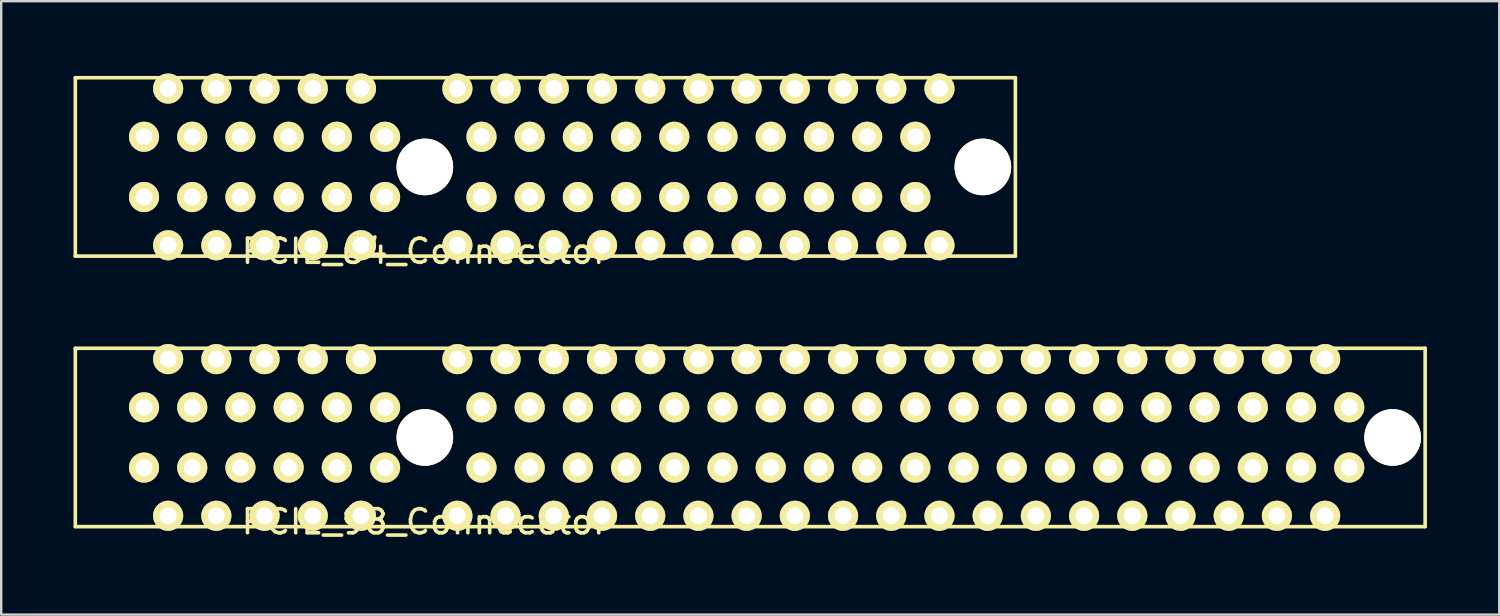
<source format=kicad_pcb>
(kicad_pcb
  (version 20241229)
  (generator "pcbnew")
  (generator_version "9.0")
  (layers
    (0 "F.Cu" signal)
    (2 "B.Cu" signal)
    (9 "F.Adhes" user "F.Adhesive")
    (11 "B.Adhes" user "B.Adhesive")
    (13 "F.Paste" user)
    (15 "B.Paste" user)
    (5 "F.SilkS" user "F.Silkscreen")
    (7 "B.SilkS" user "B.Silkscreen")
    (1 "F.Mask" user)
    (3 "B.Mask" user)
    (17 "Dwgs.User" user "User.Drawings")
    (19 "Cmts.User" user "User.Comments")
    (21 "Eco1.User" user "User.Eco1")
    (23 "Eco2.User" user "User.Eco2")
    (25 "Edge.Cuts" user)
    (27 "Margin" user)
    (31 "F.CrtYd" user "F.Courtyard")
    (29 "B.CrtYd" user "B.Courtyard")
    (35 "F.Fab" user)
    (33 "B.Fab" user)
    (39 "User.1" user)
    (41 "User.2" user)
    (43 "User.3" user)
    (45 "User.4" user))
  (footprint "PCIE_98_Connecctor"
    (layer "F.Cu")
    (at 14.575 15.098)
    (property "Reference" "PCIE_98_Connecctor" (at 0 3.5 0) (layer "F.SilkS") (effects (font (size 1 1) (thickness 0.15))))
    (attr through_hole)
    (fp_line (start -14.5 -3.7) (end 41.5 -3.7) (stroke (width 0.15) (type solid)) (layer "F.SilkS"))
    (fp_line (start -14.5 3.7) (end -14.5 -3.7) (stroke (width 0.15) (type solid)) (layer "F.SilkS"))
    (fp_line (start 41.5 -3.7) (end 41.5 3.7) (stroke (width 0.15) (type solid)) (layer "F.SilkS"))
    (fp_line (start 41.5 3.7) (end -14.5 3.7) (stroke (width 0.15) (type solid)) (layer "F.SilkS"))
    (pad "" np_thru_hole circle (at 0 0) (size 2.35 2.35) (drill 2.35) (layers "*.Cu" "*.Mask" "F.SilkS"))
    (pad "" np_thru_hole circle (at 40.15 0) (size 2.35 2.35) (drill 2.35) (layers "*.Cu" "*.Mask" "F.SilkS"))
    (pad "A01" thru_hole circle (at -11.65 -1.25) (size 1.25 1.25) (drill 0.7) (layers "*.Cu" "*.Mask" "F.SilkS"))
    (pad "A02" thru_hole circle (at -10.65 -3.25) (size 1.25 1.25) (drill 0.7) (layers "*.Cu" "*.Mask" "F.SilkS"))
    (pad "A03" thru_hole circle (at -9.65 -1.25) (size 1.25 1.25) (drill 0.7) (layers "*.Cu" "*.Mask" "F.SilkS"))
    (pad "A04" thru_hole circle (at -8.65 -3.25) (size 1.25 1.25) (drill 0.7) (layers "*.Cu" "*.Mask" "F.SilkS"))
    (pad "A05" thru_hole circle (at -7.65 -1.25) (size 1.25 1.25) (drill 0.7) (layers "*.Cu" "*.Mask" "F.SilkS"))
    (pad "A06" thru_hole circle (at -6.65 -3.25) (size 1.25 1.25) (drill 0.7) (layers "*.Cu" "*.Mask" "F.SilkS"))
    (pad "A07" thru_hole circle (at -5.65 -1.25) (size 1.25 1.25) (drill 0.7) (layers "*.Cu" "*.Mask" "F.SilkS"))
    (pad "A08" thru_hole circle (at -4.65 -3.25) (size 1.25 1.25) (drill 0.7) (layers "*.Cu" "*.Mask" "F.SilkS"))
    (pad "A09" thru_hole circle (at -3.65 -1.25) (size 1.25 1.25) (drill 0.7) (layers "*.Cu" "*.Mask" "F.SilkS"))
    (pad "A10" thru_hole circle (at -2.65 -3.25) (size 1.25 1.25) (drill 0.7) (layers "*.Cu" "*.Mask" "F.SilkS"))
    (pad "A11" thru_hole circle (at -1.65 -1.25) (size 1.25 1.25) (drill 0.7) (layers "*.Cu" "*.Mask" "F.SilkS"))
    (pad "A12" thru_hole circle (at 1.35 -3.25) (size 1.25 1.25) (drill 0.7) (layers "*.Cu" "*.Mask" "F.SilkS"))
    (pad "A13" thru_hole circle (at 2.35 -1.25) (size 1.25 1.25) (drill 0.7) (layers "*.Cu" "*.Mask" "F.SilkS"))
    (pad "A14" thru_hole circle (at 3.35 -3.25) (size 1.25 1.25) (drill 0.7) (layers "*.Cu" "*.Mask" "F.SilkS"))
    (pad "A15" thru_hole circle (at 4.35 -1.25) (size 1.25 1.25) (drill 0.7) (layers "*.Cu" "*.Mask" "F.SilkS"))
    (pad "A16" thru_hole circle (at 5.35 -3.25) (size 1.25 1.25) (drill 0.7) (layers "*.Cu" "*.Mask" "F.SilkS"))
    (pad "A17" thru_hole circle (at 6.35 -1.25) (size 1.25 1.25) (drill 0.7) (layers "*.Cu" "*.Mask" "F.SilkS"))
    (pad "A18" thru_hole circle (at 7.35 -3.25) (size 1.25 1.25) (drill 0.7) (layers "*.Cu" "*.Mask" "F.SilkS"))
    (pad "A19" thru_hole circle (at 8.35 -1.25) (size 1.25 1.25) (drill 0.7) (layers "*.Cu" "*.Mask" "F.SilkS"))
    (pad "A20" thru_hole circle (at 9.35 -3.25) (size 1.25 1.25) (drill 0.7) (layers "*.Cu" "*.Mask" "F.SilkS"))
    (pad "A21" thru_hole circle (at 10.35 -1.25) (size 1.25 1.25) (drill 0.7) (layers "*.Cu" "*.Mask" "F.SilkS"))
    (pad "A22" thru_hole circle (at 11.35 -3.25) (size 1.25 1.25) (drill 0.7) (layers "*.Cu" "*.Mask" "F.SilkS"))
    (pad "A23" thru_hole circle (at 12.35 -1.25) (size 1.25 1.25) (drill 0.7) (layers "*.Cu" "*.Mask" "F.SilkS"))
    (pad "A24" thru_hole circle (at 13.35 -3.25) (size 1.25 1.25) (drill 0.7) (layers "*.Cu" "*.Mask" "F.SilkS"))
    (pad "A25" thru_hole circle (at 14.35 -1.25) (size 1.25 1.25) (drill 0.7) (layers "*.Cu" "*.Mask" "F.SilkS"))
    (pad "A26" thru_hole circle (at 15.35 -3.25) (size 1.25 1.25) (drill 0.7) (layers "*.Cu" "*.Mask" "F.SilkS"))
    (pad "A27" thru_hole circle (at 16.35 -1.25) (size 1.25 1.25) (drill 0.7) (layers "*.Cu" "*.Mask" "F.SilkS"))
    (pad "A28" thru_hole circle (at 17.35 -3.25) (size 1.25 1.25) (drill 0.7) (layers "*.Cu" "*.Mask" "F.SilkS"))
    (pad "A29" thru_hole circle (at 18.35 -1.25) (size 1.25 1.25) (drill 0.7) (layers "*.Cu" "*.Mask" "F.SilkS"))
    (pad "A30" thru_hole circle (at 19.35 -3.25) (size 1.25 1.25) (drill 0.7) (layers "*.Cu" "*.Mask" "F.SilkS"))
    (pad "A31" thru_hole circle (at 20.35 -1.25) (size 1.25 1.25) (drill 0.7) (layers "*.Cu" "*.Mask" "F.SilkS"))
    (pad "A32" thru_hole circle (at 21.35 -3.25) (size 1.25 1.25) (drill 0.7) (layers "*.Cu" "*.Mask" "F.SilkS"))
    (pad "A33" thru_hole circle (at 22.35 -1.25) (size 1.25 1.25) (drill 0.7) (layers "*.Cu" "*.Mask" "F.SilkS"))
    (pad "A34" thru_hole circle (at 23.35 -3.25) (size 1.25 1.25) (drill 0.7) (layers "*.Cu" "*.Mask" "F.SilkS"))
    (pad "A35" thru_hole circle (at 24.35 -1.25) (size 1.25 1.25) (drill 0.7) (layers "*.Cu" "*.Mask" "F.SilkS"))
    (pad "A36" thru_hole circle (at 25.35 -3.25) (size 1.25 1.25) (drill 0.7) (layers "*.Cu" "*.Mask" "F.SilkS"))
    (pad "A37" thru_hole circle (at 26.35 -1.25) (size 1.25 1.25) (drill 0.7) (layers "*.Cu" "*.Mask" "F.SilkS"))
    (pad "A38" thru_hole circle (at 27.35 -3.25) (size 1.25 1.25) (drill 0.7) (layers "*.Cu" "*.Mask" "F.SilkS"))
    (pad "A39" thru_hole circle (at 28.35 -1.25) (size 1.25 1.25) (drill 0.7) (layers "*.Cu" "*.Mask" "F.SilkS"))
    (pad "A40" thru_hole circle (at 29.35 -3.25) (size 1.25 1.25) (drill 0.7) (layers "*.Cu" "*.Mask" "F.SilkS"))
    (pad "A41" thru_hole circle (at 30.35 -1.25) (size 1.25 1.25) (drill 0.7) (layers "*.Cu" "*.Mask" "F.SilkS"))
    (pad "A42" thru_hole circle (at 31.35 -3.25) (size 1.25 1.25) (drill 0.7) (layers "*.Cu" "*.Mask" "F.SilkS"))
    (pad "A43" thru_hole circle (at 32.35 -1.25) (size 1.25 1.25) (drill 0.7) (layers "*.Cu" "*.Mask" "F.SilkS"))
    (pad "A44" thru_hole circle (at 33.35 -3.25) (size 1.25 1.25) (drill 0.7) (layers "*.Cu" "*.Mask" "F.SilkS"))
    (pad "A45" thru_hole circle (at 34.35 -1.25) (size 1.25 1.25) (drill 0.7) (layers "*.Cu" "*.Mask" "F.SilkS"))
    (pad "A46" thru_hole circle (at 35.35 -3.25) (size 1.25 1.25) (drill 0.7) (layers "*.Cu" "*.Mask" "F.SilkS"))
    (pad "A47" thru_hole circle (at 36.35 -1.25) (size 1.25 1.25) (drill 0.7) (layers "*.Cu" "*.Mask" "F.SilkS"))
    (pad "A48" thru_hole circle (at 37.35 -3.25) (size 1.25 1.25) (drill 0.7) (layers "*.Cu" "*.Mask" "F.SilkS"))
    (pad "A49" thru_hole circle (at 38.35 -1.25) (size 1.25 1.25) (drill 0.7) (layers "*.Cu" "*.Mask" "F.SilkS"))
    (pad "B01" thru_hole circle (at -11.65 1.25) (size 1.25 1.25) (drill 0.7) (layers "*.Cu" "*.Mask" "F.SilkS"))
    (pad "B02" thru_hole circle (at -10.65 3.25) (size 1.25 1.25) (drill 0.7) (layers "*.Cu" "*.Mask" "F.SilkS"))
    (pad "B03" thru_hole circle (at -9.65 1.25) (size 1.25 1.25) (drill 0.7) (layers "*.Cu" "*.Mask" "F.SilkS"))
    (pad "B04" thru_hole circle (at -8.65 3.25) (size 1.25 1.25) (drill 0.7) (layers "*.Cu" "*.Mask" "F.SilkS"))
    (pad "B05" thru_hole circle (at -7.65 1.25) (size 1.25 1.25) (drill 0.7) (layers "*.Cu" "*.Mask" "F.SilkS"))
    (pad "B06" thru_hole circle (at -6.65 3.25) (size 1.25 1.25) (drill 0.7) (layers "*.Cu" "*.Mask" "F.SilkS"))
    (pad "B07" thru_hole circle (at -5.65 1.25) (size 1.25 1.25) (drill 0.7) (layers "*.Cu" "*.Mask" "F.SilkS"))
    (pad "B08" thru_hole circle (at -4.65 3.25) (size 1.25 1.25) (drill 0.7) (layers "*.Cu" "*.Mask" "F.SilkS"))
    (pad "B09" thru_hole circle (at -3.65 1.25) (size 1.25 1.25) (drill 0.7) (layers "*.Cu" "*.Mask" "F.SilkS"))
    (pad "B10" thru_hole circle (at -2.65 3.25) (size 1.25 1.25) (drill 0.7) (layers "*.Cu" "*.Mask" "F.SilkS"))
    (pad "B11" thru_hole circle (at -1.65 1.25) (size 1.25 1.25) (drill 0.7) (layers "*.Cu" "*.Mask" "F.SilkS"))
    (pad "B12" thru_hole circle (at 1.35 3.25) (size 1.25 1.25) (drill 0.7) (layers "*.Cu" "*.Mask" "F.SilkS"))
    (pad "B13" thru_hole circle (at 2.35 1.25) (size 1.25 1.25) (drill 0.7) (layers "*.Cu" "*.Mask" "F.SilkS"))
    (pad "B14" thru_hole circle (at 3.35 3.25) (size 1.25 1.25) (drill 0.7) (layers "*.Cu" "*.Mask" "F.SilkS"))
    (pad "B15" thru_hole circle (at 4.35 1.25) (size 1.25 1.25) (drill 0.7) (layers "*.Cu" "*.Mask" "F.SilkS"))
    (pad "B16" thru_hole circle (at 5.35 3.25) (size 1.25 1.25) (drill 0.7) (layers "*.Cu" "*.Mask" "F.SilkS"))
    (pad "B17" thru_hole circle (at 6.35 1.25) (size 1.25 1.25) (drill 0.7) (layers "*.Cu" "*.Mask" "F.SilkS"))
    (pad "B18" thru_hole circle (at 7.35 3.25) (size 1.25 1.25) (drill 0.7) (layers "*.Cu" "*.Mask" "F.SilkS"))
    (pad "B19" thru_hole circle (at 8.35 1.25) (size 1.25 1.25) (drill 0.7) (layers "*.Cu" "*.Mask" "F.SilkS"))
    (pad "B20" thru_hole circle (at 9.35 3.25) (size 1.25 1.25) (drill 0.7) (layers "*.Cu" "*.Mask" "F.SilkS"))
    (pad "B21" thru_hole circle (at 10.35 1.25) (size 1.25 1.25) (drill 0.7) (layers "*.Cu" "*.Mask" "F.SilkS"))
    (pad "B22" thru_hole circle (at 11.35 3.25) (size 1.25 1.25) (drill 0.7) (layers "*.Cu" "*.Mask" "F.SilkS"))
    (pad "B23" thru_hole circle (at 12.35 1.25) (size 1.25 1.25) (drill 0.7) (layers "*.Cu" "*.Mask" "F.SilkS"))
    (pad "B24" thru_hole circle (at 13.35 3.25) (size 1.25 1.25) (drill 0.7) (layers "*.Cu" "*.Mask" "F.SilkS"))
    (pad "B25" thru_hole circle (at 14.35 1.25) (size 1.25 1.25) (drill 0.7) (layers "*.Cu" "*.Mask" "F.SilkS"))
    (pad "B26" thru_hole circle (at 15.35 3.25) (size 1.25 1.25) (drill 0.7) (layers "*.Cu" "*.Mask" "F.SilkS"))
    (pad "B27" thru_hole circle (at 16.35 1.25) (size 1.25 1.25) (drill 0.7) (layers "*.Cu" "*.Mask" "F.SilkS"))
    (pad "B28" thru_hole circle (at 17.35 3.25) (size 1.25 1.25) (drill 0.7) (layers "*.Cu" "*.Mask" "F.SilkS"))
    (pad "B29" thru_hole circle (at 18.35 1.25) (size 1.25 1.25) (drill 0.7) (layers "*.Cu" "*.Mask" "F.SilkS"))
    (pad "B30" thru_hole circle (at 19.35 3.25) (size 1.25 1.25) (drill 0.7) (layers "*.Cu" "*.Mask" "F.SilkS"))
    (pad "B31" thru_hole circle (at 20.35 1.25) (size 1.25 1.25) (drill 0.7) (layers "*.Cu" "*.Mask" "F.SilkS"))
    (pad "B32" thru_hole circle (at 21.35 3.25) (size 1.25 1.25) (drill 0.7) (layers "*.Cu" "*.Mask" "F.SilkS"))
    (pad "B33" thru_hole circle (at 22.35 1.25) (size 1.25 1.25) (drill 0.7) (layers "*.Cu" "*.Mask" "F.SilkS"))
    (pad "B34" thru_hole circle (at 23.35 3.25) (size 1.25 1.25) (drill 0.7) (layers "*.Cu" "*.Mask" "F.SilkS"))
    (pad "B35" thru_hole circle (at 24.35 1.25) (size 1.25 1.25) (drill 0.7) (layers "*.Cu" "*.Mask" "F.SilkS"))
    (pad "B36" thru_hole circle (at 25.35 3.25) (size 1.25 1.25) (drill 0.7) (layers "*.Cu" "*.Mask" "F.SilkS"))
    (pad "B37" thru_hole circle (at 26.35 1.25) (size 1.25 1.25) (drill 0.7) (layers "*.Cu" "*.Mask" "F.SilkS"))
    (pad "B38" thru_hole circle (at 27.35 3.25) (size 1.25 1.25) (drill 0.7) (layers "*.Cu" "*.Mask" "F.SilkS"))
    (pad "B39" thru_hole circle (at 28.35 1.25) (size 1.25 1.25) (drill 0.7) (layers "*.Cu" "*.Mask" "F.SilkS"))
    (pad "B40" thru_hole circle (at 29.35 3.25) (size 1.25 1.25) (drill 0.7) (layers "*.Cu" "*.Mask" "F.SilkS"))
    (pad "B41" thru_hole circle (at 30.35 1.25) (size 1.25 1.25) (drill 0.7) (layers "*.Cu" "*.Mask" "F.SilkS"))
    (pad "B42" thru_hole circle (at 31.35 3.25) (size 1.25 1.25) (drill 0.7) (layers "*.Cu" "*.Mask" "F.SilkS"))
    (pad "B43" thru_hole circle (at 32.35 1.25) (size 1.25 1.25) (drill 0.7) (layers "*.Cu" "*.Mask" "F.SilkS"))
    (pad "B44" thru_hole circle (at 33.35 3.25) (size 1.25 1.25) (drill 0.7) (layers "*.Cu" "*.Mask" "F.SilkS"))
    (pad "B45" thru_hole circle (at 34.35 1.25) (size 1.25 1.25) (drill 0.7) (layers "*.Cu" "*.Mask" "F.SilkS"))
    (pad "B46" thru_hole circle (at 35.35 3.25) (size 1.25 1.25) (drill 0.7) (layers "*.Cu" "*.Mask" "F.SilkS"))
    (pad "B47" thru_hole circle (at 36.35 1.25) (size 1.25 1.25) (drill 0.7) (layers "*.Cu" "*.Mask" "F.SilkS"))
    (pad "B48" thru_hole circle (at 37.35 3.25) (size 1.25 1.25) (drill 0.7) (layers "*.Cu" "*.Mask" "F.SilkS"))
    (pad "B49" thru_hole circle (at 38.35 1.25) (size 1.25 1.25) (drill 0.7) (layers "*.Cu" "*.Mask" "F.SilkS")))
  (footprint "PCIE_64_Connecctor"
    (layer "F.Cu")
    (at 14.575 3.875)
    (property "Reference" "PCIE_64_Connecctor" (at 0 3.5 0) (layer "F.SilkS") (effects (font (size 1 1) (thickness 0.15))))
    (attr through_hole)
    (fp_line (start -14.5 -3.7) (end 24.5 -3.7) (stroke (width 0.15) (type solid)) (layer "F.SilkS"))
    (fp_line (start -14.5 3.7) (end -14.5 -3.7) (stroke (width 0.15) (type solid)) (layer "F.SilkS"))
    (fp_line (start 24.5 -3.7) (end 24.5 3.7) (stroke (width 0.15) (type solid)) (layer "F.SilkS"))
    (fp_line (start 24.5 3.7) (end -14.5 3.7) (stroke (width 0.15) (type solid)) (layer "F.SilkS"))
    (pad "" np_thru_hole circle (at 0 0) (size 2.35 2.35) (drill 2.35) (layers "*.Cu" "*.Mask" "F.SilkS"))
    (pad "" np_thru_hole circle (at 23.15 0) (size 2.35 2.35) (drill 2.35) (layers "*.Cu" "*.Mask" "F.SilkS"))
    (pad "A01" thru_hole circle (at -11.65 -1.25) (size 1.25 1.25) (drill 0.7) (layers "*.Cu" "*.Mask" "F.SilkS"))
    (pad "A02" thru_hole circle (at -10.65 -3.25) (size 1.25 1.25) (drill 0.7) (layers "*.Cu" "*.Mask" "F.SilkS"))
    (pad "A03" thru_hole circle (at -9.65 -1.25) (size 1.25 1.25) (drill 0.7) (layers "*.Cu" "*.Mask" "F.SilkS"))
    (pad "A04" thru_hole circle (at -8.65 -3.25) (size 1.25 1.25) (drill 0.7) (layers "*.Cu" "*.Mask" "F.SilkS"))
    (pad "A05" thru_hole circle (at -7.65 -1.25) (size 1.25 1.25) (drill 0.7) (layers "*.Cu" "*.Mask" "F.SilkS"))
    (pad "A06" thru_hole circle (at -6.65 -3.25) (size 1.25 1.25) (drill 0.7) (layers "*.Cu" "*.Mask" "F.SilkS"))
    (pad "A07" thru_hole circle (at -5.65 -1.25) (size 1.25 1.25) (drill 0.7) (layers "*.Cu" "*.Mask" "F.SilkS"))
    (pad "A08" thru_hole circle (at -4.65 -3.25) (size 1.25 1.25) (drill 0.7) (layers "*.Cu" "*.Mask" "F.SilkS"))
    (pad "A09" thru_hole circle (at -3.65 -1.25) (size 1.25 1.25) (drill 0.7) (layers "*.Cu" "*.Mask" "F.SilkS"))
    (pad "A10" thru_hole circle (at -2.65 -3.25) (size 1.25 1.25) (drill 0.7) (layers "*.Cu" "*.Mask" "F.SilkS"))
    (pad "A11" thru_hole circle (at -1.65 -1.25) (size 1.25 1.25) (drill 0.7) (layers "*.Cu" "*.Mask" "F.SilkS"))
    (pad "A12" thru_hole circle (at 1.35 -3.25) (size 1.25 1.25) (drill 0.7) (layers "*.Cu" "*.Mask" "F.SilkS"))
    (pad "A13" thru_hole circle (at 2.35 -1.25) (size 1.25 1.25) (drill 0.7) (layers "*.Cu" "*.Mask" "F.SilkS"))
    (pad "A14" thru_hole circle (at 3.35 -3.25) (size 1.25 1.25) (drill 0.7) (layers "*.Cu" "*.Mask" "F.SilkS"))
    (pad "A15" thru_hole circle (at 4.35 -1.25) (size 1.25 1.25) (drill 0.7) (layers "*.Cu" "*.Mask" "F.SilkS"))
    (pad "A16" thru_hole circle (at 5.35 -3.25) (size 1.25 1.25) (drill 0.7) (layers "*.Cu" "*.Mask" "F.SilkS"))
    (pad "A17" thru_hole circle (at 6.35 -1.25) (size 1.25 1.25) (drill 0.7) (layers "*.Cu" "*.Mask" "F.SilkS"))
    (pad "A18" thru_hole circle (at 7.35 -3.25) (size 1.25 1.25) (drill 0.7) (layers "*.Cu" "*.Mask" "F.SilkS"))
    (pad "A19" thru_hole circle (at 8.35 -1.25) (size 1.25 1.25) (drill 0.7) (layers "*.Cu" "*.Mask" "F.SilkS"))
    (pad "A20" thru_hole circle (at 9.35 -3.25) (size 1.25 1.25) (drill 0.7) (layers "*.Cu" "*.Mask" "F.SilkS"))
    (pad "A21" thru_hole circle (at 10.35 -1.25) (size 1.25 1.25) (drill 0.7) (layers "*.Cu" "*.Mask" "F.SilkS"))
    (pad "A22" thru_hole circle (at 11.35 -3.25) (size 1.25 1.25) (drill 0.7) (layers "*.Cu" "*.Mask" "F.SilkS"))
    (pad "A23" thru_hole circle (at 12.35 -1.25) (size 1.25 1.25) (drill 0.7) (layers "*.Cu" "*.Mask" "F.SilkS"))
    (pad "A24" thru_hole circle (at 13.35 -3.25) (size 1.25 1.25) (drill 0.7) (layers "*.Cu" "*.Mask" "F.SilkS"))
    (pad "A25" thru_hole circle (at 14.35 -1.25) (size 1.25 1.25) (drill 0.7) (layers "*.Cu" "*.Mask" "F.SilkS"))
    (pad "A26" thru_hole circle (at 15.35 -3.25) (size 1.25 1.25) (drill 0.7) (layers "*.Cu" "*.Mask" "F.SilkS"))
    (pad "A27" thru_hole circle (at 16.35 -1.25) (size 1.25 1.25) (drill 0.7) (layers "*.Cu" "*.Mask" "F.SilkS"))
    (pad "A28" thru_hole circle (at 17.35 -3.25) (size 1.25 1.25) (drill 0.7) (layers "*.Cu" "*.Mask" "F.SilkS"))
    (pad "A29" thru_hole circle (at 18.35 -1.25) (size 1.25 1.25) (drill 0.7) (layers "*.Cu" "*.Mask" "F.SilkS"))
    (pad "A30" thru_hole circle (at 19.35 -3.25) (size 1.25 1.25) (drill 0.7) (layers "*.Cu" "*.Mask" "F.SilkS"))
    (pad "A31" thru_hole circle (at 20.35 -1.25) (size 1.25 1.25) (drill 0.7) (layers "*.Cu" "*.Mask" "F.SilkS"))
    (pad "A32" thru_hole circle (at 21.35 -3.25) (size 1.25 1.25) (drill 0.7) (layers "*.Cu" "*.Mask" "F.SilkS"))
    (pad "B01" thru_hole circle (at -11.65 1.25) (size 1.25 1.25) (drill 0.7) (layers "*.Cu" "*.Mask" "F.SilkS"))
    (pad "B02" thru_hole circle (at -10.65 3.25) (size 1.25 1.25) (drill 0.7) (layers "*.Cu" "*.Mask" "F.SilkS"))
    (pad "B03" thru_hole circle (at -9.65 1.25) (size 1.25 1.25) (drill 0.7) (layers "*.Cu" "*.Mask" "F.SilkS"))
    (pad "B04" thru_hole circle (at -8.65 3.25) (size 1.25 1.25) (drill 0.7) (layers "*.Cu" "*.Mask" "F.SilkS"))
    (pad "B05" thru_hole circle (at -7.65 1.25) (size 1.25 1.25) (drill 0.7) (layers "*.Cu" "*.Mask" "F.SilkS"))
    (pad "B06" thru_hole circle (at -6.65 3.25) (size 1.25 1.25) (drill 0.7) (layers "*.Cu" "*.Mask" "F.SilkS"))
    (pad "B07" thru_hole circle (at -5.65 1.25) (size 1.25 1.25) (drill 0.7) (layers "*.Cu" "*.Mask" "F.SilkS"))
    (pad "B08" thru_hole circle (at -4.65 3.25) (size 1.25 1.25) (drill 0.7) (layers "*.Cu" "*.Mask" "F.SilkS"))
    (pad "B09" thru_hole circle (at -3.65 1.25) (size 1.25 1.25) (drill 0.7) (layers "*.Cu" "*.Mask" "F.SilkS"))
    (pad "B10" thru_hole circle (at -2.65 3.25) (size 1.25 1.25) (drill 0.7) (layers "*.Cu" "*.Mask" "F.SilkS"))
    (pad "B11" thru_hole circle (at -1.65 1.25) (size 1.25 1.25) (drill 0.7) (layers "*.Cu" "*.Mask" "F.SilkS"))
    (pad "B12" thru_hole circle (at 1.35 3.25) (size 1.25 1.25) (drill 0.7) (layers "*.Cu" "*.Mask" "F.SilkS"))
    (pad "B13" thru_hole circle (at 2.35 1.25) (size 1.25 1.25) (drill 0.7) (layers "*.Cu" "*.Mask" "F.SilkS"))
    (pad "B14" thru_hole circle (at 3.35 3.25) (size 1.25 1.25) (drill 0.7) (layers "*.Cu" "*.Mask" "F.SilkS"))
    (pad "B15" thru_hole circle (at 4.35 1.25) (size 1.25 1.25) (drill 0.7) (layers "*.Cu" "*.Mask" "F.SilkS"))
    (pad "B16" thru_hole circle (at 5.35 3.25) (size 1.25 1.25) (drill 0.7) (layers "*.Cu" "*.Mask" "F.SilkS"))
    (pad "B17" thru_hole circle (at 6.35 1.25) (size 1.25 1.25) (drill 0.7) (layers "*.Cu" "*.Mask" "F.SilkS"))
    (pad "B18" thru_hole circle (at 7.35 3.25) (size 1.25 1.25) (drill 0.7) (layers "*.Cu" "*.Mask" "F.SilkS"))
    (pad "B19" thru_hole circle (at 8.35 1.25) (size 1.25 1.25) (drill 0.7) (layers "*.Cu" "*.Mask" "F.SilkS"))
    (pad "B20" thru_hole circle (at 9.35 3.25) (size 1.25 1.25) (drill 0.7) (layers "*.Cu" "*.Mask" "F.SilkS"))
    (pad "B21" thru_hole circle (at 10.35 1.25) (size 1.25 1.25) (drill 0.7) (layers "*.Cu" "*.Mask" "F.SilkS"))
    (pad "B22" thru_hole circle (at 11.35 3.25) (size 1.25 1.25) (drill 0.7) (layers "*.Cu" "*.Mask" "F.SilkS"))
    (pad "B23" thru_hole circle (at 12.35 1.25) (size 1.25 1.25) (drill 0.7) (layers "*.Cu" "*.Mask" "F.SilkS"))
    (pad "B24" thru_hole circle (at 13.35 3.25) (size 1.25 1.25) (drill 0.7) (layers "*.Cu" "*.Mask" "F.SilkS"))
    (pad "B25" thru_hole circle (at 14.35 1.25) (size 1.25 1.25) (drill 0.7) (layers "*.Cu" "*.Mask" "F.SilkS"))
    (pad "B26" thru_hole circle (at 15.35 3.25) (size 1.25 1.25) (drill 0.7) (layers "*.Cu" "*.Mask" "F.SilkS"))
    (pad "B27" thru_hole circle (at 16.35 1.25) (size 1.25 1.25) (drill 0.7) (layers "*.Cu" "*.Mask" "F.SilkS"))
    (pad "B28" thru_hole circle (at 17.35 3.25) (size 1.25 1.25) (drill 0.7) (layers "*.Cu" "*.Mask" "F.SilkS"))
    (pad "B29" thru_hole circle (at 18.35 1.25) (size 1.25 1.25) (drill 0.7) (layers "*.Cu" "*.Mask" "F.SilkS"))
    (pad "B30" thru_hole circle (at 19.35 3.25) (size 1.25 1.25) (drill 0.7) (layers "*.Cu" "*.Mask" "F.SilkS"))
    (pad "B31" thru_hole circle (at 20.35 1.25) (size 1.25 1.25) (drill 0.7) (layers "*.Cu" "*.Mask" "F.SilkS"))
    (pad "B32" thru_hole circle (at 21.35 3.25) (size 1.25 1.25) (drill 0.7) (layers "*.Cu" "*.Mask" "F.SilkS")))
  (gr_rect
    (start -3 -3)
    (end 59.15 22.447)
    (stroke (width 0.1) (type default))
    (fill no)
    (layer "Edge.Cuts")))
</source>
